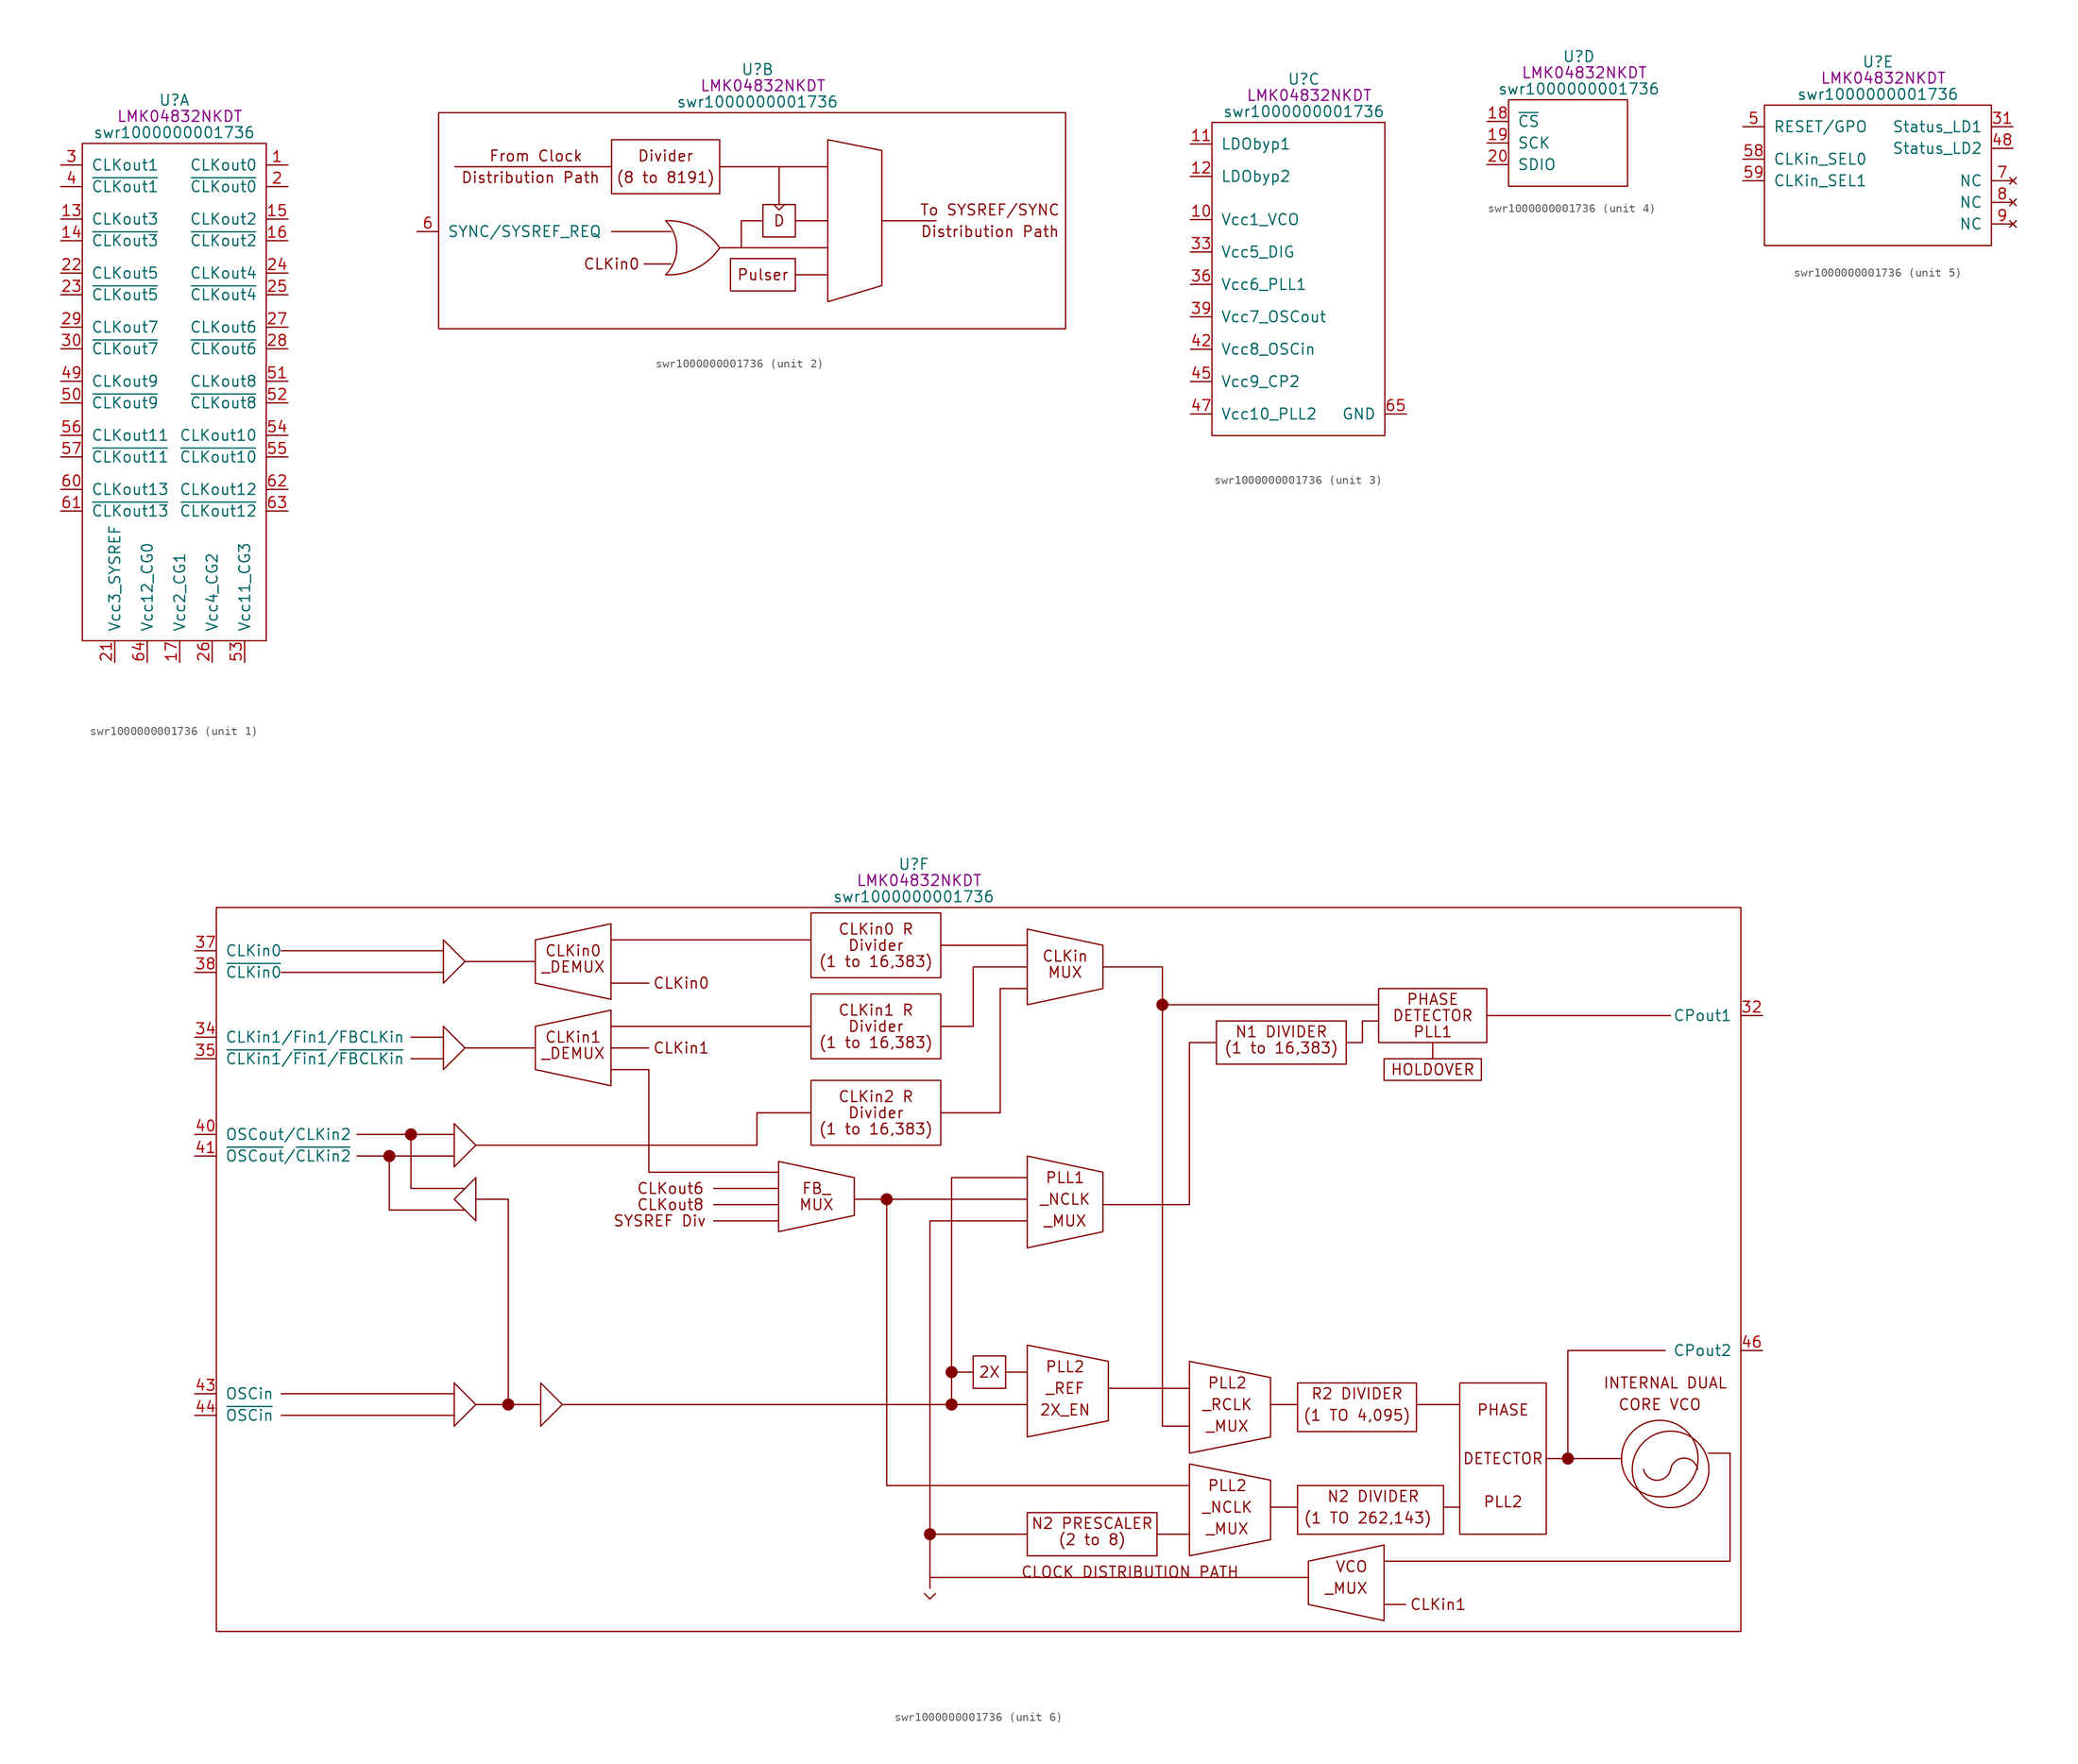
<source format=kicad_sym>
(kicad_symbol_lib
  (version 20220914)
  (generator kicad_symbol_editor)
  (symbol "swr1000000001736"
    (pin_names
      (offset 1.016))
    (property "Reference" "U"
      (at 0.635 5.08 0)
      (effects (font (size 1.27 1.27))))
    (property "Value" "swr1000000001736"
      (at 0.635 1.27 0)
      (effects (font (size 1.27 1.27))))
    (property "PartValue" "LMK04832NKDT"
      (at 1.27 3.175 0)
      (effects (font (size 1.27 1.27))))
    (property "ki_locked" ""
      (at 0 0 0)
      (effects (font (size 1.27 1.27))))
    (symbol "swr1000000001736_1_1"
      (rectangle (start -10.16 0) (end 11.43 -58.42) (stroke (width 0) (type default)) (fill (type none)))
      (pin output line (at 13.97 -2.54 180) (length 2.54) (name "CLKout0" (effects (font (size 1.27 1.27)))) (number "1" (effects (font (size 1.27 1.27)))))
      (pin output line (at -12.7 -8.89 0) (length 2.54) (name "CLKout3" (effects (font (size 1.27 1.27)))) (number "13" (effects (font (size 1.27 1.27)))))
      (pin output line (at -12.7 -11.43 0) (length 2.54) (name "~{CLKout3}" (effects (font (size 1.27 1.27)))) (number "14" (effects (font (size 1.27 1.27)))))
      (pin output line (at 13.97 -8.89 180) (length 2.54) (name "CLKout2" (effects (font (size 1.27 1.27)))) (number "15" (effects (font (size 1.27 1.27)))))
      (pin output line (at 13.97 -11.43 180) (length 2.54) (name "~{CLKout2}" (effects (font (size 1.27 1.27)))) (number "16" (effects (font (size 1.27 1.27)))))
      (pin power_in line (at 1.27 -60.96 90) (length 2.54) (name "Vcc2_CG1" (effects (font (size 1.27 1.27)))) (number "17" (effects (font (size 1.27 1.27)))))
      (pin output line (at 13.97 -5.08 180) (length 2.54) (name "~{CLKout0}" (effects (font (size 1.27 1.27)))) (number "2" (effects (font (size 1.27 1.27)))))
      (pin power_in line (at -6.35 -60.96 90) (length 2.54) (name "Vcc3_SYSREF" (effects (font (size 1.27 1.27)))) (number "21" (effects (font (size 1.27 1.27)))))
      (pin output line (at -12.7 -15.24 0) (length 2.54) (name "CLKout5" (effects (font (size 1.27 1.27)))) (number "22" (effects (font (size 1.27 1.27)))))
      (pin output line (at -12.7 -17.78 0) (length 2.54) (name "~{CLKout5}" (effects (font (size 1.27 1.27)))) (number "23" (effects (font (size 1.27 1.27)))))
      (pin output line (at 13.97 -15.24 180) (length 2.54) (name "CLKout4" (effects (font (size 1.27 1.27)))) (number "24" (effects (font (size 1.27 1.27)))))
      (pin output line (at 13.97 -17.78 180) (length 2.54) (name "~{CLKout4}" (effects (font (size 1.27 1.27)))) (number "25" (effects (font (size 1.27 1.27)))))
      (pin power_in line (at 5.08 -60.96 90) (length 2.54) (name "Vcc4_CG2" (effects (font (size 1.27 1.27)))) (number "26" (effects (font (size 1.27 1.27)))))
      (pin output line (at 13.97 -21.59 180) (length 2.54) (name "CLKout6" (effects (font (size 1.27 1.27)))) (number "27" (effects (font (size 1.27 1.27)))))
      (pin output line (at 13.97 -24.13 180) (length 2.54) (name "~{CLKout6}" (effects (font (size 1.27 1.27)))) (number "28" (effects (font (size 1.27 1.27)))))
      (pin output line (at -12.7 -21.59 0) (length 2.54) (name "CLKout7" (effects (font (size 1.27 1.27)))) (number "29" (effects (font (size 1.27 1.27)))))
      (pin output line (at -12.7 -2.54 0) (length 2.54) (name "CLKout1" (effects (font (size 1.27 1.27)))) (number "3" (effects (font (size 1.27 1.27)))))
      (pin output line (at -12.7 -24.13 0) (length 2.54) (name "~{CLKout7}" (effects (font (size 1.27 1.27)))) (number "30" (effects (font (size 1.27 1.27)))))
      (pin output line (at -12.7 -5.08 0) (length 2.54) (name "~{CLKout1}" (effects (font (size 1.27 1.27)))) (number "4" (effects (font (size 1.27 1.27)))))
      (pin output line (at -12.7 -27.94 0) (length 2.54) (name "CLKout9" (effects (font (size 1.27 1.27)))) (number "49" (effects (font (size 1.27 1.27)))))
      (pin output line (at -12.7 -30.48 0) (length 2.54) (name "~{CLKout9}" (effects (font (size 1.27 1.27)))) (number "50" (effects (font (size 1.27 1.27)))))
      (pin output line (at 13.97 -27.94 180) (length 2.54) (name "CLKout8" (effects (font (size 1.27 1.27)))) (number "51" (effects (font (size 1.27 1.27)))))
      (pin output line (at 13.97 -30.48 180) (length 2.54) (name "~{CLKout8}" (effects (font (size 1.27 1.27)))) (number "52" (effects (font (size 1.27 1.27)))))
      (pin power_in line (at 8.89 -60.96 90) (length 2.54) (name "Vcc11_CG3" (effects (font (size 1.27 1.27)))) (number "53" (effects (font (size 1.27 1.27)))))
      (pin output line (at 13.97 -34.29 180) (length 2.54) (name "CLKout10" (effects (font (size 1.27 1.27)))) (number "54" (effects (font (size 1.27 1.27)))))
      (pin output line (at 13.97 -36.83 180) (length 2.54) (name "~{CLKout10}" (effects (font (size 1.27 1.27)))) (number "55" (effects (font (size 1.27 1.27)))))
      (pin output line (at -12.7 -34.29 0) (length 2.54) (name "CLKout11" (effects (font (size 1.27 1.27)))) (number "56" (effects (font (size 1.27 1.27)))))
      (pin output line (at -12.7 -36.83 0) (length 2.54) (name "~{CLKout11}" (effects (font (size 1.27 1.27)))) (number "57" (effects (font (size 1.27 1.27)))))
      (pin output line (at -12.7 -40.64 0) (length 2.54) (name "CLKout13" (effects (font (size 1.27 1.27)))) (number "60" (effects (font (size 1.27 1.27)))))
      (pin output line (at -12.7 -43.18 0) (length 2.54) (name "~{CLKout13}" (effects (font (size 1.27 1.27)))) (number "61" (effects (font (size 1.27 1.27)))))
      (pin output line (at 13.97 -40.64 180) (length 2.54) (name "CLKout12" (effects (font (size 1.27 1.27)))) (number "62" (effects (font (size 1.27 1.27)))))
      (pin output line (at 13.97 -43.18 180) (length 2.54) (name "~{CLKout12}" (effects (font (size 1.27 1.27)))) (number "63" (effects (font (size 1.27 1.27)))))
      (pin power_in line (at -2.54 -60.96 90) (length 2.54) (name "Vcc12_CG0" (effects (font (size 1.27 1.27)))) (number "64" (effects (font (size 1.27 1.27))))))
    (symbol "swr1000000001736_2_0"
      (rectangle (start -36.83 0) (end 36.83 -25.4) (stroke (width 0) (type default)) (fill (type none)))
      (rectangle (start -16.51 -3.175) (end -3.81 -9.525) (stroke (width 0) (type default)) (fill (type none)))
      (rectangle (start -2.54 -17.145) (end 5.08 -20.955) (stroke (width 0) (type default)) (fill (type none)))
      (polyline (pts (xy -16.51 -6.35) (xy -34.925 -6.35)) (stroke (width 0) (type default)) (fill (type none)))
      (polyline (pts (xy -3.81 -15.875) (xy 8.89 -15.875)) (stroke (width 0) (type default)) (fill (type none)))
      (polyline (pts (xy 3.175 -10.795) (xy 3.175 -6.35)) (stroke (width 0) (type default)) (fill (type none)))
      (polyline (pts (xy 5.08 -19.05) (xy 8.89 -19.05)) (stroke (width 0) (type default)) (fill (type none)))
      (polyline (pts (xy 5.08 -12.7) (xy 8.89 -12.7)) (stroke (width 0) (type default)) (fill (type none)))
      (polyline (pts (xy 8.89 -6.35) (xy -3.81 -6.35)) (stroke (width 0) (type default)) (fill (type none)))
      (polyline (pts (xy 15.24 -12.7) (xy 21.59 -12.7)) (stroke (width 0) (type default)) (fill (type none)))
      (polyline (pts (xy 1.27 -12.7) (xy -1.27 -12.7) (xy -1.27 -15.875)) (stroke (width 0) (type default)) (fill (type none)))
      (polyline (pts (xy 2.54 -10.795) (xy 3.175 -11.43) (xy 3.81 -10.795)) (stroke (width 0) (type default)) (fill (type none)))
      (polyline (pts (xy 8.89 -3.175) (xy 8.89 -22.225) (xy 15.24 -20.32) (xy 15.24 -4.445) (xy 8.89 -3.175)) (stroke (width 0) (type default)) (fill (type none)))
      (rectangle (start 1.27 -10.795) (end 5.08 -14.605) (stroke (width 0) (type default)) (fill (type none)))
      (text "(8 to 8191)" (at -10.16 -7.62 0) (effects (font (size 1.27 1.27))))
      (text "CLKin0" (at -16.51 -17.78 0) (effects (font (size 1.27 1.27))))
      (text "D" (at 3.175 -12.7 0) (effects (font (size 1.27 1.27))))
      (text "Distribution Path" (at -26.035 -7.62 0) (effects (font (size 1.27 1.27))))
      (text "Distribution Path" (at 27.94 -13.97 0) (effects (font (size 1.27 1.27))))
      (text "Divider" (at -10.16 -5.08 0) (effects (font (size 1.27 1.27))))
      (text "From Clock" (at -25.4 -5.08 0) (effects (font (size 1.27 1.27))))
      (text "Pulser" (at 1.27 -19.05 0) (effects (font (size 1.27 1.27))))
      (text "To SYSREF/SYNC" (at 27.94 -11.43 0) (effects (font (size 1.27 1.27)))))
    (symbol "swr1000000001736_2_1"
      (arc (start -10.16 -19.05) (mid -8.8449 -15.875) (end -10.16 -12.7) (stroke (width 0) (type default)) (fill (type none)))
      (arc (start -10.16 -19.05) (mid -6.5649 -18.3027) (end -3.81 -15.875) (stroke (width 0) (type default)) (fill (type none)))
      (arc (start -3.81 -15.875) (mid -6.5797 -13.4768) (end -10.16 -12.7) (stroke (width 0) (type default)) (fill (type none)))
      (polyline (pts (xy -16.51 -13.97) (xy -9.525 -13.97)) (stroke (width 0) (type default)) (fill (type none)))
      (polyline (pts (xy -12.7 -17.78) (xy -9.525 -17.78)) (stroke (width 0) (type default)) (fill (type none)))
      (pin input line (at -39.37 -13.97 0) (length 2.54) (name "SYNC/SYSREF_REQ" (effects (font (size 1.27 1.27)))) (number "6" (effects (font (size 1.27 1.27))))))
    (symbol "swr1000000001736_3_1"
      (rectangle (start -10.16 0) (end 10.16 -36.83) (stroke (width 0) (type default)) (fill (type none)))
      (pin power_in line (at -12.7 -11.43 0) (length 2.54) (name "Vcc1_VCO" (effects (font (size 1.27 1.27)))) (number "10" (effects (font (size 1.27 1.27)))))
      (pin power_in line (at -12.7 -2.54 0) (length 2.54) (name "LDObyp1" (effects (font (size 1.27 1.27)))) (number "11" (effects (font (size 1.27 1.27)))))
      (pin power_in line (at -12.7 -6.35 0) (length 2.54) (name "LDObyp2" (effects (font (size 1.27 1.27)))) (number "12" (effects (font (size 1.27 1.27)))))
      (pin power_in line (at -12.7 -15.24 0) (length 2.54) (name "Vcc5_DIG" (effects (font (size 1.27 1.27)))) (number "33" (effects (font (size 1.27 1.27)))))
      (pin power_in line (at -12.7 -19.05 0) (length 2.54) (name "Vcc6_PLL1" (effects (font (size 1.27 1.27)))) (number "36" (effects (font (size 1.27 1.27)))))
      (pin power_in line (at -12.7 -22.86 0) (length 2.54) (name "Vcc7_OSCout" (effects (font (size 1.27 1.27)))) (number "39" (effects (font (size 1.27 1.27)))))
      (pin power_in line (at -12.7 -26.67 0) (length 2.54) (name "Vcc8_OSCin" (effects (font (size 1.27 1.27)))) (number "42" (effects (font (size 1.27 1.27)))))
      (pin power_in line (at -12.7 -30.48 0) (length 2.54) (name "Vcc9_CP2" (effects (font (size 1.27 1.27)))) (number "45" (effects (font (size 1.27 1.27)))))
      (pin power_in line (at -12.7 -34.29 0) (length 2.54) (name "Vcc10_PLL2" (effects (font (size 1.27 1.27)))) (number "47" (effects (font (size 1.27 1.27)))))
      (pin power_in line (at 12.7 -34.29 180) (length 2.54) (name "GND" (effects (font (size 1.27 1.27)))) (number "65" (effects (font (size 1.27 1.27))))))
    (symbol "swr1000000001736_4_1"
      (rectangle (start -7.62 0) (end 6.35 -10.16) (stroke (width 0) (type default)) (fill (type none)))
      (pin input line (at -10.16 -2.54 0) (length 2.54) (name "~{CS}" (effects (font (size 1.27 1.27)))) (number "18" (effects (font (size 1.27 1.27)))))
      (pin input line (at -10.16 -5.08 0) (length 2.54) (name "SCK" (effects (font (size 1.27 1.27)))) (number "19" (effects (font (size 1.27 1.27)))))
      (pin bidirectional line (at -10.16 -7.62 0) (length 2.54) (name "SDIO" (effects (font (size 1.27 1.27)))) (number "20" (effects (font (size 1.27 1.27))))))
    (symbol "swr1000000001736_5_1"
      (rectangle (start -12.7 0) (end 13.97 -16.51) (stroke (width 0) (type default)) (fill (type none)))
      (pin bidirectional line (at 16.51 -2.54 180) (length 2.54) (name "Status_LD1" (effects (font (size 1.27 1.27)))) (number "31" (effects (font (size 1.27 1.27)))))
      (pin bidirectional line (at 16.51 -5.08 180) (length 2.54) (name "Status_LD2" (effects (font (size 1.27 1.27)))) (number "48" (effects (font (size 1.27 1.27)))))
      (pin input line (at -15.24 -2.54 0) (length 2.54) (name "RESET/GPO" (effects (font (size 1.27 1.27)))) (number "5" (effects (font (size 1.27 1.27)))))
      (pin bidirectional line (at -15.24 -6.35 0) (length 2.54) (name "CLKin_SEL0" (effects (font (size 1.27 1.27)))) (number "58" (effects (font (size 1.27 1.27)))))
      (pin bidirectional line (at -15.24 -8.89 0) (length 2.54) (name "CLKin_SEL1" (effects (font (size 1.27 1.27)))) (number "59" (effects (font (size 1.27 1.27)))))
      (pin no_connect line (at 16.51 -8.89 180) (length 2.54) (name "NC" (effects (font (size 1.27 1.27)))) (number "7" (effects (font (size 1.27 1.27)))))
      (pin no_connect line (at 16.51 -11.43 180) (length 2.54) (name "NC" (effects (font (size 1.27 1.27)))) (number "8" (effects (font (size 1.27 1.27)))))
      (pin no_connect line (at 16.51 -13.97 180) (length 2.54) (name "NC" (effects (font (size 1.27 1.27)))) (number "9" (effects (font (size 1.27 1.27))))))
    (symbol "swr1000000001736_6_0"
      (rectangle (start -81.28 0) (end 97.79 -85.09) (stroke (width 0) (type default)) (fill (type none)))
      (circle (center -60.96 -29.21) (radius 0.635) (stroke (width 0) (type default)) (fill (type outline)))
      (circle (center -58.42 -26.67) (radius 0.635) (stroke (width 0) (type default)) (fill (type outline)))
      (circle (center -46.99 -58.42) (radius 0.635) (stroke (width 0) (type default)) (fill (type outline)))
      (rectangle (start -11.43 -20.32) (end 3.81 -27.94) (stroke (width 0) (type default)) (fill (type none)))
      (rectangle (start -11.43 -10.16) (end 3.81 -17.78) (stroke (width 0) (type default)) (fill (type none)))
      (rectangle (start -11.43 -0.635) (end 3.81 -8.255) (stroke (width 0) (type default)) (fill (type none)))
      (circle (center -2.54 -34.29) (radius 0.635) (stroke (width 0) (type default)) (fill (type outline)))
      (polyline (pts (xy -60.96 -29.21) (xy -60.96 -35.56)) (stroke (width 0) (type default)) (fill (type none)))
      (polyline (pts (xy -58.42 -33.02) (xy -58.42 -26.67)) (stroke (width 0) (type default)) (fill (type none)))
      (polyline (pts (xy -52.07 -16.51) (xy -43.815 -16.51)) (stroke (width 0) (type default)) (fill (type none)))
      (polyline (pts (xy -52.07 -6.35) (xy -43.815 -6.35)) (stroke (width 0) (type default)) (fill (type none)))
      (polyline (pts (xy -34.925 -16.51) (xy -30.48 -16.51)) (stroke (width 0) (type default)) (fill (type none)))
      (polyline (pts (xy -34.925 -13.97) (xy -11.43 -13.97)) (stroke (width 0) (type default)) (fill (type none)))
      (polyline (pts (xy -34.925 -8.89) (xy -30.48 -8.89)) (stroke (width 0) (type default)) (fill (type none)))
      (polyline (pts (xy -34.925 -3.81) (xy -11.43 -3.81)) (stroke (width 0) (type default)) (fill (type none)))
      (polyline (pts (xy -22.86 -36.83) (xy -15.24 -36.83)) (stroke (width 0) (type default)) (fill (type none)))
      (polyline (pts (xy -22.86 -34.925) (xy -15.24 -34.925)) (stroke (width 0) (type default)) (fill (type none)))
      (polyline (pts (xy -22.86 -33.02) (xy -15.24 -33.02)) (stroke (width 0) (type default)) (fill (type none)))
      (polyline (pts (xy -2.54 -34.29) (xy -2.54 -67.945)) (stroke (width 0) (type default)) (fill (type none)))
      (polyline (pts (xy 2.54 -81.28) (xy 1.905 -80.645)) (stroke (width 0) (type default)) (fill (type none)))
      (polyline (pts (xy 2.54 -81.28) (xy 3.175 -80.645)) (stroke (width 0) (type default)) (fill (type none)))
      (polyline (pts (xy 7.62 -54.61) (xy 5.08 -54.61)) (stroke (width 0) (type default)) (fill (type none)))
      (polyline (pts (xy 11.43 -54.61) (xy 13.97 -54.61)) (stroke (width 0) (type default)) (fill (type none)))
      (polyline (pts (xy 13.97 -58.42) (xy -40.64 -58.42)) (stroke (width 0) (type default)) (fill (type none)))
      (polyline (pts (xy 13.97 -34.29) (xy -6.35 -34.29)) (stroke (width 0) (type default)) (fill (type none)))
      (polyline (pts (xy 13.97 -4.445) (xy 3.81 -4.445)) (stroke (width 0) (type default)) (fill (type none)))
      (polyline (pts (xy 23.495 -56.515) (xy 33.02 -56.515)) (stroke (width 0) (type default)) (fill (type none)))
      (polyline (pts (xy 29.21 -73.66) (xy 33.02 -73.66)) (stroke (width 0) (type default)) (fill (type none)))
      (polyline (pts (xy 29.845 -6.985) (xy 22.86 -6.985)) (stroke (width 0) (type default)) (fill (type none)))
      (polyline (pts (xy 33.02 -67.945) (xy -2.54 -67.945)) (stroke (width 0) (type default)) (fill (type none)))
      (polyline (pts (xy 33.02 -15.875) (xy 36.195 -15.875)) (stroke (width 0) (type default)) (fill (type none)))
      (polyline (pts (xy 42.545 -70.485) (xy 45.72 -70.485)) (stroke (width 0) (type default)) (fill (type none)))
      (polyline (pts (xy 42.545 -58.42) (xy 45.72 -58.42)) (stroke (width 0) (type default)) (fill (type none)))
      (polyline (pts (xy 46.99 -78.74) (xy 2.54 -78.74)) (stroke (width 0) (type default)) (fill (type none)))
      (polyline (pts (xy 55.245 -11.43) (xy 29.845 -11.43)) (stroke (width 0) (type default)) (fill (type none)))
      (polyline (pts (xy 55.88 -81.915) (xy 58.42 -81.915)) (stroke (width 0) (type default)) (fill (type none)))
      (polyline (pts (xy 59.69 -58.42) (xy 64.77 -58.42)) (stroke (width 0) (type default)) (fill (type none)))
      (polyline (pts (xy 61.595 -17.78) (xy 61.595 -15.875)) (stroke (width 0) (type default)) (fill (type none)))
      (polyline (pts (xy 62.865 -70.485) (xy 64.77 -70.485)) (stroke (width 0) (type default)) (fill (type none)))
      (polyline (pts (xy 67.945 -12.7) (xy 89.535 -12.7)) (stroke (width 0) (type default)) (fill (type none)))
      (polyline (pts (xy 74.93 -64.77) (xy 83.82 -64.77)) (stroke (width 0) (type default)) (fill (type none)))
      (polyline (pts (xy 96.52 -64.135) (xy 93.98 -64.135)) (stroke (width 0) (type default)) (fill (type none)))
      (polyline (pts (xy 22.86 -34.925) (xy 33.02 -34.925) (xy 33.02 -15.875)) (stroke (width 0) (type default)) (fill (type none)))
      (polyline (pts (xy 29.845 -6.985) (xy 29.845 -60.96) (xy 33.02 -60.96)) (stroke (width 0) (type default)) (fill (type none)))
      (polyline (pts (xy 96.52 -64.135) (xy 96.52 -76.835) (xy 55.88 -76.835)) (stroke (width 0) (type default)) (fill (type none)))
      (polyline (pts (xy -34.925 -19.05) (xy -30.48 -19.05) (xy -30.48 -31.115) (xy -15.24 -31.115)) (stroke (width 0) (type default)) (fill (type none)))
      (polyline (pts (xy 3.81 -13.97) (xy 7.62 -13.97) (xy 7.62 -6.985) (xy 13.97 -6.985)) (stroke (width 0) (type default)) (fill (type none)))
      (polyline (pts (xy 13.97 -9.525) (xy 10.795 -9.525) (xy 10.795 -24.13) (xy 3.81 -24.13)) (stroke (width 0) (type default)) (fill (type none)))
      (polyline (pts (xy 51.435 -15.875) (xy 53.34 -15.875) (xy 53.34 -13.335) (xy 55.245 -13.335)) (stroke (width 0) (type default)) (fill (type none)))
      (polyline (pts (xy -43.815 -13.97) (xy -43.815 -19.05) (xy -34.925 -20.955) (xy -34.925 -12.065) (xy -43.815 -13.97)) (stroke (width 0) (type default)) (fill (type none)))
      (polyline (pts (xy -43.815 -3.81) (xy -43.815 -8.89) (xy -34.925 -10.795) (xy -34.925 -1.905) (xy -43.815 -3.81)) (stroke (width 0) (type default)) (fill (type none)))
      (polyline (pts (xy -6.35 -31.75) (xy -6.35 -36.195) (xy -15.24 -38.1) (xy -15.24 -29.845) (xy -6.35 -31.75)) (stroke (width 0) (type default)) (fill (type none)))
      (polyline (pts (xy 22.86 -31.115) (xy 22.86 -38.1) (xy 13.97 -40.005) (xy 13.97 -29.21) (xy 22.86 -31.115)) (stroke (width 0) (type default)) (fill (type none)))
      (polyline (pts (xy 22.86 -4.445) (xy 22.86 -9.525) (xy 13.97 -11.43) (xy 13.97 -2.54) (xy 22.86 -4.445)) (stroke (width 0) (type default)) (fill (type none)))
      (polyline (pts (xy 23.495 -53.34) (xy 23.495 -60.325) (xy 13.97 -62.23) (xy 13.97 -51.435) (xy 23.495 -53.34)) (stroke (width 0) (type default)) (fill (type none)))
      (polyline (pts (xy 42.545 -67.31) (xy 42.545 -74.295) (xy 33.02 -76.2) (xy 33.02 -65.405) (xy 42.545 -67.31)) (stroke (width 0) (type default)) (fill (type none)))
      (polyline (pts (xy 42.545 -55.245) (xy 42.545 -62.23) (xy 33.02 -64.135) (xy 33.02 -53.34) (xy 42.545 -55.245)) (stroke (width 0) (type default)) (fill (type none)))
      (polyline (pts (xy 46.99 -76.835) (xy 46.99 -81.915) (xy 55.88 -83.82) (xy 55.88 -74.93) (xy 46.99 -76.835)) (stroke (width 0) (type default)) (fill (type none)))
      (circle (center 2.54 -73.66) (radius 0.635) (stroke (width 0) (type default)) (fill (type outline)))
      (circle (center 5.08 -58.42) (radius 0.635) (stroke (width 0) (type default)) (fill (type outline)))
      (circle (center 5.08 -54.61) (radius 0.635) (stroke (width 0) (type default)) (fill (type outline)))
      (rectangle (start 7.62 -52.705) (end 11.43 -56.515) (stroke (width 0) (type default)) (fill (type none)))
      (rectangle (start 13.97 -71.12) (end 29.21 -76.2) (stroke (width 0) (type default)) (fill (type none)))
      (circle (center 29.845 -11.43) (radius 0.635) (stroke (width 0) (type default)) (fill (type outline)))
      (rectangle (start 36.195 -13.335) (end 51.435 -18.415) (stroke (width 0) (type default)) (fill (type none)))
      (rectangle (start 45.72 -67.945) (end 62.865 -73.66) (stroke (width 0) (type default)) (fill (type none)))
      (rectangle (start 45.72 -55.88) (end 59.69 -61.595) (stroke (width 0) (type default)) (fill (type none)))
      (rectangle (start 55.245 -9.525) (end 67.945 -15.875) (stroke (width 0) (type default)) (fill (type none)))
      (rectangle (start 55.88 -17.78) (end 67.31 -20.32) (stroke (width 0) (type default)) (fill (type none)))
      (rectangle (start 64.77 -55.88) (end 74.93 -73.66) (stroke (width 0) (type default)) (fill (type none)))
      (circle (center 77.47 -64.77) (radius 0.635) (stroke (width 0) (type default)) (fill (type outline)))
      (arc (start 86.36 -66.04) (mid 87.9475 -67.3188) (end 89.535 -66.04) (stroke (width 0) (type default)) (fill (type none)))
      (circle (center 88.265 -64.77) (radius 4.496) (stroke (width 0) (type default)) (fill (type none)))
      (circle (center 89.535 -66.04) (radius 4.496) (stroke (width 0) (type default)) (fill (type none)))
      (arc (start 92.71 -66.04) (mid 91.1225 -64.7157) (end 89.535 -66.04) (stroke (width 0) (type default)) (fill (type none)))
      (text "(1 to 16,383)" (at -3.81 -26.035 0) (effects (font (size 1.27 1.27))))
      (text "(1 to 16,383)" (at -3.81 -15.875 0) (effects (font (size 1.27 1.27))))
      (text "(1 to 16,383)" (at -3.81 -6.35 0) (effects (font (size 1.27 1.27))))
      (text "(1 to 16,383)" (at 43.815 -16.51 0) (effects (font (size 1.27 1.27))))
      (text "(1 TO 262,143)" (at 53.975 -71.755 0) (effects (font (size 1.27 1.27))))
      (text "(1 TO 4,095)" (at 52.705 -59.69 0) (effects (font (size 1.27 1.27))))
      (text "(2 to 8)" (at 21.59 -74.295 0) (effects (font (size 1.27 1.27))))
      (text "2X" (at 9.525 -54.61 0) (effects (font (size 1.27 1.27))))
      (text "2X_EN" (at 18.415 -59.055 0) (effects (font (size 1.27 1.27))))
      (text "_DEMUX" (at -39.37 -17.145 0) (effects (font (size 1.27 1.27))))
      (text "_DEMUX" (at -39.37 -6.985 0) (effects (font (size 1.27 1.27))))
      (text "_MUX" (at 18.415 -36.83 0) (effects (font (size 1.27 1.27))))
      (text "_MUX" (at 37.465 -73.025 0) (effects (font (size 1.27 1.27))))
      (text "_MUX" (at 37.465 -60.96 0) (effects (font (size 1.27 1.27))))
      (text "_MUX" (at 51.435 -80.01 0) (effects (font (size 1.27 1.27))))
      (text "_NCLK" (at 18.415 -34.29 0) (effects (font (size 1.27 1.27))))
      (text "_NCLK" (at 37.465 -70.485 0) (effects (font (size 1.27 1.27))))
      (text "_RCLK" (at 37.465 -58.42 0) (effects (font (size 1.27 1.27))))
      (text "_REF" (at 18.415 -56.515 0) (effects (font (size 1.27 1.27))))
      (text "CLKin" (at 18.415 -5.715 0) (effects (font (size 1.27 1.27))))
      (text "CLKin0" (at -39.37 -5.08 0) (effects (font (size 1.27 1.27))))
      (text "CLKin0" (at -26.67 -8.89 0) (effects (font (size 1.27 1.27))))
      (text "CLKin0 R" (at -3.81 -2.54 0) (effects (font (size 1.27 1.27))))
      (text "CLKin1" (at -39.37 -15.24 0) (effects (font (size 1.27 1.27))))
      (text "CLKin1" (at -26.67 -16.51 0) (effects (font (size 1.27 1.27))))
      (text "CLKin1" (at 62.23 -81.915 0) (effects (font (size 1.27 1.27))))
      (text "CLKin1 R" (at -3.81 -12.065 0) (effects (font (size 1.27 1.27))))
      (text "CLKin2 R" (at -3.81 -22.225 0) (effects (font (size 1.27 1.27))))
      (text "CLKout6" (at -27.94 -33.02 0) (effects (font (size 1.27 1.27))))
      (text "CLKout8" (at -27.94 -34.925 0) (effects (font (size 1.27 1.27))))
      (text "CLOCK DISTRIBUTION PATH" (at 26.035 -78.105 0) (effects (font (size 1.27 1.27))))
      (text "CORE VCO" (at 88.265 -58.42 0) (effects (font (size 1.27 1.27))))
      (text "DETECTOR" (at 61.595 -12.7 0) (effects (font (size 1.27 1.27))))
      (text "DETECTOR" (at 69.85 -64.77 0) (effects (font (size 1.27 1.27))))
      (text "Divider" (at -3.81 -24.13 0) (effects (font (size 1.27 1.27))))
      (text "Divider" (at -3.81 -13.97 0) (effects (font (size 1.27 1.27))))
      (text "Divider" (at -3.81 -4.445 0) (effects (font (size 1.27 1.27))))
      (text "FB_" (at -10.795 -33.02 0) (effects (font (size 1.27 1.27))))
      (text "HOLDOVER" (at 61.595 -19.05 0) (effects (font (size 1.27 1.27))))
      (text "INTERNAL DUAL" (at 88.9 -55.88 0) (effects (font (size 1.27 1.27))))
      (text "MUX" (at -10.795 -34.925 0) (effects (font (size 1.27 1.27))))
      (text "MUX" (at 18.415 -7.62 0) (effects (font (size 1.27 1.27))))
      (text "N1 DIVIDER" (at 43.815 -14.605 0) (effects (font (size 1.27 1.27))))
      (text "N2 DIVIDER" (at 54.61 -69.215 0) (effects (font (size 1.27 1.27))))
      (text "N2 PRESCALER" (at 21.59 -72.39 0) (effects (font (size 1.27 1.27))))
      (text "PHASE" (at 61.595 -10.795 0) (effects (font (size 1.27 1.27))))
      (text "PHASE" (at 69.85 -59.055 0) (effects (font (size 1.27 1.27))))
      (text "PLL1" (at 18.415 -31.75 0) (effects (font (size 1.27 1.27))))
      (text "PLL1" (at 61.595 -14.605 0) (effects (font (size 1.27 1.27))))
      (text "PLL2" (at 18.415 -53.975 0) (effects (font (size 1.27 1.27))))
      (text "PLL2" (at 37.465 -67.945 0) (effects (font (size 1.27 1.27))))
      (text "PLL2" (at 37.465 -55.88 0) (effects (font (size 1.27 1.27))))
      (text "PLL2" (at 69.85 -69.85 0) (effects (font (size 1.27 1.27))))
      (text "R2 DIVIDER" (at 52.705 -57.15 0) (effects (font (size 1.27 1.27))))
      (text "SYSREF Div" (at -29.21 -36.83 0) (effects (font (size 1.27 1.27))))
      (text "VCO" (at 52.07 -77.47 0) (effects (font (size 1.27 1.27)))))
    (symbol "swr1000000001736_6_1"
      (polyline (pts (xy -73.66 -59.69) (xy -53.34 -59.69)) (stroke (width 0) (type default)) (fill (type none)))
      (polyline (pts (xy -73.66 -57.15) (xy -53.34 -57.15)) (stroke (width 0) (type default)) (fill (type none)))
      (polyline (pts (xy -73.66 -7.62) (xy -54.61 -7.62)) (stroke (width 0) (type default)) (fill (type none)))
      (polyline (pts (xy -73.66 -5.08) (xy -54.61 -5.08)) (stroke (width 0) (type default)) (fill (type none)))
      (polyline (pts (xy -64.77 -29.21) (xy -53.34 -29.21)) (stroke (width 0) (type default)) (fill (type none)))
      (polyline (pts (xy -64.77 -26.67) (xy -53.34 -26.67)) (stroke (width 0) (type default)) (fill (type none)))
      (polyline (pts (xy -58.42 -17.78) (xy -54.61 -17.78)) (stroke (width 0) (type default)) (fill (type none)))
      (polyline (pts (xy -58.42 -15.24) (xy -54.61 -15.24)) (stroke (width 0) (type default)) (fill (type none)))
      (polyline (pts (xy -54.61 -13.97) (xy -54.61 -19.05)) (stroke (width 0) (type default)) (fill (type none)))
      (polyline (pts (xy -54.61 -3.81) (xy -54.61 -8.89)) (stroke (width 0) (type default)) (fill (type none)))
      (polyline (pts (xy -53.34 -55.88) (xy -53.34 -60.96)) (stroke (width 0) (type default)) (fill (type none)))
      (polyline (pts (xy -53.34 -25.4) (xy -53.34 -30.48)) (stroke (width 0) (type default)) (fill (type none)))
      (polyline (pts (xy -52.07 -35.56) (xy -60.96 -35.56)) (stroke (width 0) (type default)) (fill (type none)))
      (polyline (pts (xy -52.07 -33.02) (xy -58.42 -33.02)) (stroke (width 0) (type default)) (fill (type none)))
      (polyline (pts (xy -50.8 -58.42) (xy -43.18 -58.42)) (stroke (width 0) (type default)) (fill (type none)))
      (polyline (pts (xy -50.8 -31.75) (xy -50.8 -36.83)) (stroke (width 0) (type default)) (fill (type none)))
      (polyline (pts (xy -43.18 -55.88) (xy -43.18 -60.96)) (stroke (width 0) (type default)) (fill (type none)))
      (polyline (pts (xy 13.97 -73.66) (xy 2.54 -73.66)) (stroke (width 0) (type default)) (fill (type none)))
      (polyline (pts (xy -54.61 -19.05) (xy -52.07 -16.51) (xy -54.61 -13.97)) (stroke (width 0) (type default)) (fill (type none)))
      (polyline (pts (xy -54.61 -8.89) (xy -52.07 -6.35) (xy -54.61 -3.81)) (stroke (width 0) (type default)) (fill (type none)))
      (polyline (pts (xy -53.34 -60.96) (xy -50.8 -58.42) (xy -53.34 -55.88)) (stroke (width 0) (type default)) (fill (type none)))
      (polyline (pts (xy -53.34 -30.48) (xy -50.8 -27.94) (xy -53.34 -25.4)) (stroke (width 0) (type default)) (fill (type none)))
      (polyline (pts (xy -50.8 -36.83) (xy -53.34 -34.29) (xy -50.8 -31.75)) (stroke (width 0) (type default)) (fill (type none)))
      (polyline (pts (xy -46.99 -58.42) (xy -46.99 -34.29) (xy -50.8 -34.29)) (stroke (width 0) (type default)) (fill (type none)))
      (polyline (pts (xy -43.18 -60.96) (xy -40.64 -58.42) (xy -43.18 -55.88)) (stroke (width 0) (type default)) (fill (type none)))
      (polyline (pts (xy 13.97 -36.83) (xy 2.54 -36.83) (xy 2.54 -80.01)) (stroke (width 0) (type default)) (fill (type none)))
      (polyline (pts (xy 77.47 -64.77) (xy 77.47 -52.07) (xy 88.9 -52.07)) (stroke (width 0) (type default)) (fill (type none)))
      (polyline (pts (xy -50.8 -27.94) (xy -17.78 -27.94) (xy -17.78 -24.13) (xy -11.43 -24.13)) (stroke (width 0) (type default)) (fill (type none)))
      (polyline (pts (xy 13.97 -31.75) (xy 6.35 -31.75) (xy 5.08 -31.75) (xy 5.08 -58.42)) (stroke (width 0) (type default)) (fill (type none)))
      (pin output line (at 100.33 -12.7 180) (length 2.54) (name "CPout1" (effects (font (size 1.27 1.27)))) (number "32" (effects (font (size 1.27 1.27)))))
      (pin input line (at -83.82 -15.24 0) (length 2.54) (name "CLKin1/Fin1/FBCLKin" (effects (font (size 1.27 1.27)))) (number "34" (effects (font (size 1.27 1.27)))))
      (pin input line (at -83.82 -17.78 0) (length 2.54) (name "~{CLKin1}/~{Fin1}/~{FBCLKin}" (effects (font (size 1.27 1.27)))) (number "35" (effects (font (size 1.27 1.27)))))
      (pin input line (at -83.82 -5.08 0) (length 2.54) (name "CLKin0" (effects (font (size 1.27 1.27)))) (number "37" (effects (font (size 1.27 1.27)))))
      (pin input line (at -83.82 -7.62 0) (length 2.54) (name "~{CLKin0}" (effects (font (size 1.27 1.27)))) (number "38" (effects (font (size 1.27 1.27)))))
      (pin bidirectional line (at -83.82 -26.67 0) (length 2.54) (name "OSCout/CLKin2" (effects (font (size 1.27 1.27)))) (number "40" (effects (font (size 1.27 1.27)))))
      (pin bidirectional line (at -83.82 -29.21 0) (length 2.54) (name "~{OSCout}/~{CLKin2}" (effects (font (size 1.27 1.27)))) (number "41" (effects (font (size 1.27 1.27)))))
      (pin input line (at -83.82 -57.15 0) (length 2.54) (name "OSCin" (effects (font (size 1.27 1.27)))) (number "43" (effects (font (size 1.27 1.27)))))
      (pin input line (at -83.82 -59.69 0) (length 2.54) (name "~{OSCin}" (effects (font (size 1.27 1.27)))) (number "44" (effects (font (size 1.27 1.27)))))
      (pin output line (at 100.33 -52.07 180) (length 2.54) (name "CPout2" (effects (font (size 1.27 1.27)))) (number "46" (effects (font (size 1.27 1.27))))))))
</source>
